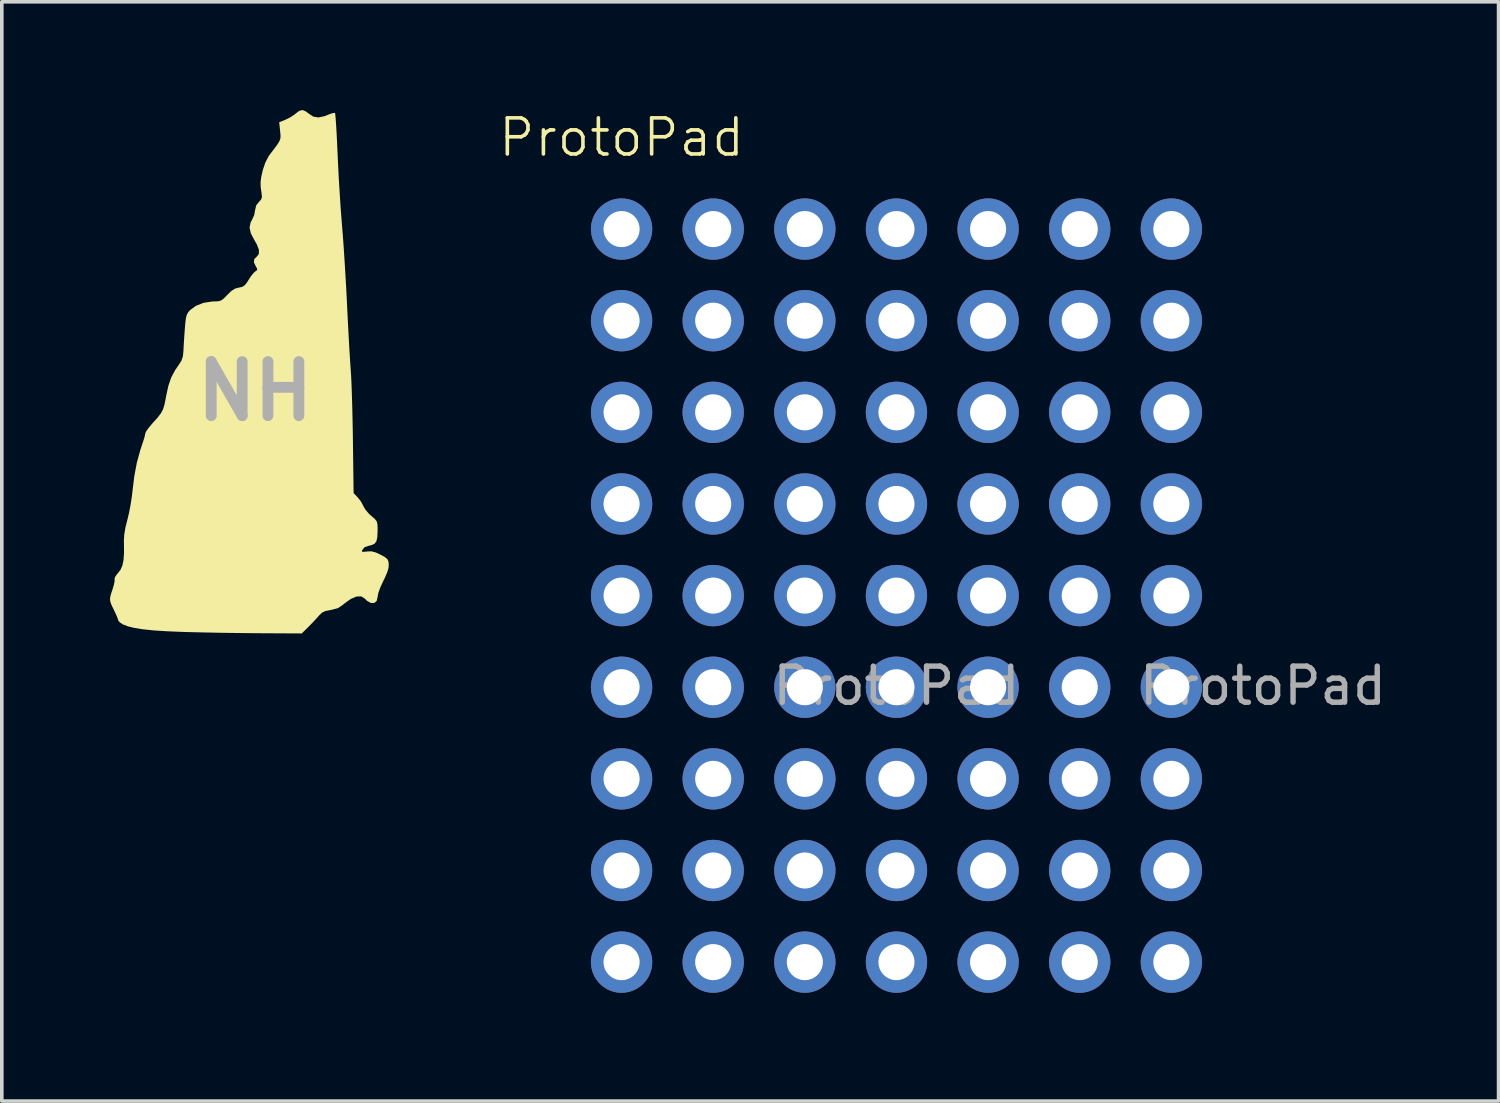
<source format=kicad_pcb>
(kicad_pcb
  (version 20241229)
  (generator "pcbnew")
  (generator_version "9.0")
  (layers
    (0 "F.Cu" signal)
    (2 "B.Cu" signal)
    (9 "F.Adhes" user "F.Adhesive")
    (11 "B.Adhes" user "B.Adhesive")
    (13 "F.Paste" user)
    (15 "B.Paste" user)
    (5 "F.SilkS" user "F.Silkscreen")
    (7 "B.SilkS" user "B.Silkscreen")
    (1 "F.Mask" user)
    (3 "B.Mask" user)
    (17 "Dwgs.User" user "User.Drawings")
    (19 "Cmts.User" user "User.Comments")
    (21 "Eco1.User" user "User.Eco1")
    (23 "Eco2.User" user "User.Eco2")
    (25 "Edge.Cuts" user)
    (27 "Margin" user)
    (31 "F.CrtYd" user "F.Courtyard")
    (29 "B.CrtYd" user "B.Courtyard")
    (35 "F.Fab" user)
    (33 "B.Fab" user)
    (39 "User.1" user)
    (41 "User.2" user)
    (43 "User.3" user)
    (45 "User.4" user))
  (footprint "ProtoPad"
    (layer "F.Cu")
    (at 21.8 13.46)
    (property "Reference" "ProtoPad" (at -7.62 -12.7 0) (unlocked yes) (layer "F.SilkS") (effects (font (size 1 1) (thickness 0.1))))
    (attr through_hole)
    (fp_text user "${REFERENCE}" (at 10.16 2.5 0) (unlocked yes) (layer "F.Fab") (effects (font (size 1 1) (thickness 0.15))))
    (fp_text user "${REFERENCE}" (at 0 2.5 0) (unlocked yes) (layer "F.Fab") (effects (font (size 1 1) (thickness 0.15))))
    (pad "" thru_hole circle (at -7.62 -10.16) (size 1.7 1.7) (drill 1) (layers "*.Cu" "*.Mask"))
    (pad "" thru_hole circle (at -7.62 -7.62) (size 1.7 1.7) (drill 1) (layers "*.Cu" "*.Mask"))
    (pad "" thru_hole circle (at -7.62 -5.08) (size 1.7 1.7) (drill 1) (layers "*.Cu" "*.Mask"))
    (pad "" thru_hole circle (at -7.62 -2.54) (size 1.7 1.7) (drill 1) (layers "*.Cu" "*.Mask"))
    (pad "" thru_hole circle (at -7.62 0) (size 1.7 1.7) (drill 1) (layers "*.Cu" "*.Mask"))
    (pad "" thru_hole circle (at -7.62 2.54) (size 1.7 1.7) (drill 1) (layers "*.Cu" "*.Mask"))
    (pad "" thru_hole circle (at -7.62 5.08) (size 1.7 1.7) (drill 1) (layers "*.Cu" "*.Mask"))
    (pad "" thru_hole circle (at -5.08 -10.16) (size 1.7 1.7) (drill 1) (layers "*.Cu" "*.Mask"))
    (pad "" thru_hole circle (at -5.08 -7.62) (size 1.7 1.7) (drill 1) (layers "*.Cu" "*.Mask"))
    (pad "" thru_hole circle (at -5.08 -5.08) (size 1.7 1.7) (drill 1) (layers "*.Cu" "*.Mask"))
    (pad "" thru_hole circle (at -5.08 -2.54) (size 1.7 1.7) (drill 1) (layers "*.Cu" "*.Mask"))
    (pad "" thru_hole circle (at -5.08 0) (size 1.7 1.7) (drill 1) (layers "*.Cu" "*.Mask"))
    (pad "" thru_hole circle (at -5.08 2.54) (size 1.7 1.7) (drill 1) (layers "*.Cu" "*.Mask"))
    (pad "" thru_hole circle (at -5.08 5.08) (size 1.7 1.7) (drill 1) (layers "*.Cu" "*.Mask"))
    (pad "" thru_hole circle (at -2.54 -10.16) (size 1.7 1.7) (drill 1) (layers "*.Cu" "*.Mask"))
    (pad "" thru_hole circle (at -2.54 -7.62) (size 1.7 1.7) (drill 1) (layers "*.Cu" "*.Mask"))
    (pad "" thru_hole circle (at -2.54 -5.08) (size 1.7 1.7) (drill 1) (layers "*.Cu" "*.Mask"))
    (pad "" thru_hole circle (at -2.54 -2.54) (size 1.7 1.7) (drill 1) (layers "*.Cu" "*.Mask"))
    (pad "" thru_hole circle (at -2.54 0) (size 1.7 1.7) (drill 1) (layers "*.Cu" "*.Mask"))
    (pad "" thru_hole circle (at -2.54 2.54) (size 1.7 1.7) (drill 1) (layers "*.Cu" "*.Mask"))
    (pad "" thru_hole circle (at -2.54 5.08) (size 1.7 1.7) (drill 1) (layers "*.Cu" "*.Mask"))
    (pad "" thru_hole circle (at 0 -10.16) (size 1.7 1.7) (drill 1) (layers "*.Cu" "*.Mask"))
    (pad "" thru_hole circle (at 0 -7.62) (size 1.7 1.7) (drill 1) (layers "*.Cu" "*.Mask"))
    (pad "" thru_hole circle (at 0 -5.08) (size 1.7 1.7) (drill 1) (layers "*.Cu" "*.Mask"))
    (pad "" thru_hole circle (at 0 -2.54) (size 1.7 1.7) (drill 1) (layers "*.Cu" "*.Mask"))
    (pad "" thru_hole circle (at 0 0) (size 1.7 1.7) (drill 1) (layers "*.Cu" "*.Mask"))
    (pad "" thru_hole circle (at 0 2.54) (size 1.7 1.7) (drill 1) (layers "*.Cu" "*.Mask"))
    (pad "" thru_hole circle (at 0 5.08) (size 1.7 1.7) (drill 1) (layers "*.Cu" "*.Mask"))
    (pad "" thru_hole circle (at 2.54 -10.16) (size 1.7 1.7) (drill 1) (layers "*.Cu" "*.Mask"))
    (pad "" thru_hole circle (at 2.54 -7.62) (size 1.7 1.7) (drill 1) (layers "*.Cu" "*.Mask"))
    (pad "" thru_hole circle (at 2.54 -5.08) (size 1.7 1.7) (drill 1) (layers "*.Cu" "*.Mask"))
    (pad "" thru_hole circle (at 2.54 -2.54) (size 1.7 1.7) (drill 1) (layers "*.Cu" "*.Mask"))
    (pad "" thru_hole circle (at 2.54 0) (size 1.7 1.7) (drill 1) (layers "*.Cu" "*.Mask"))
    (pad "" thru_hole circle (at 2.54 2.54) (size 1.7 1.7) (drill 1) (layers "*.Cu" "*.Mask"))
    (pad "" thru_hole circle (at 2.54 5.08) (size 1.7 1.7) (drill 1) (layers "*.Cu" "*.Mask"))
    (pad "" thru_hole circle (at 5.08 -10.16) (size 1.7 1.7) (drill 1) (layers "*.Cu" "*.Mask"))
    (pad "" thru_hole circle (at 5.08 -7.62) (size 1.7 1.7) (drill 1) (layers "*.Cu" "*.Mask"))
    (pad "" thru_hole circle (at 5.08 -5.08) (size 1.7 1.7) (drill 1) (layers "*.Cu" "*.Mask"))
    (pad "" thru_hole circle (at 5.08 -2.54) (size 1.7 1.7) (drill 1) (layers "*.Cu" "*.Mask"))
    (pad "" thru_hole circle (at 5.08 0) (size 1.7 1.7) (drill 1) (layers "*.Cu" "*.Mask"))
    (pad "" thru_hole circle (at 5.08 2.54) (size 1.7 1.7) (drill 1) (layers "*.Cu" "*.Mask"))
    (pad "" thru_hole circle (at 5.08 5.08) (size 1.7 1.7) (drill 1) (layers "*.Cu" "*.Mask"))
    (pad "" thru_hole circle (at 7.62 -10.16) (size 1.7 1.7) (drill 1) (layers "*.Cu" "*.Mask"))
    (pad "" thru_hole circle (at 7.62 -7.62) (size 1.7 1.7) (drill 1) (layers "*.Cu" "*.Mask"))
    (pad "" thru_hole circle (at 7.62 -5.08) (size 1.7 1.7) (drill 1) (layers "*.Cu" "*.Mask"))
    (pad "" thru_hole circle (at 7.62 -2.54) (size 1.7 1.7) (drill 1) (layers "*.Cu" "*.Mask"))
    (pad "" thru_hole circle (at 7.62 0) (size 1.7 1.7) (drill 1) (layers "*.Cu" "*.Mask"))
    (pad "" thru_hole circle (at 7.62 2.54) (size 1.7 1.7) (drill 1) (layers "*.Cu" "*.Mask"))
    (pad "" thru_hole circle (at 7.62 5.08) (size 1.7 1.7) (drill 1) (layers "*.Cu" "*.Mask"))
    (pad "1" thru_hole circle (at -7.62 10.16) (size 1.7 1.7) (drill 1) (layers "*.Cu" "*.Mask"))
    (pad "1" thru_hole circle (at -5.08 10.16) (size 1.7 1.7) (drill 1) (layers "*.Cu" "*.Mask"))
    (pad "1" thru_hole circle (at -2.54 10.16) (size 1.7 1.7) (drill 1) (layers "*.Cu" "*.Mask"))
    (pad "1" thru_hole circle (at 0 10.16) (size 1.7 1.7) (drill 1) (layers "*.Cu" "*.Mask"))
    (pad "1" thru_hole circle (at 2.54 10.16) (size 1.7 1.7) (drill 1) (layers "*.Cu" "*.Mask"))
    (pad "1" thru_hole circle (at 5.08 10.16) (size 1.7 1.7) (drill 1) (layers "*.Cu" "*.Mask"))
    (pad "1" thru_hole circle (at 7.62 10.16) (size 1.7 1.7) (drill 1) (layers "*.Cu" "*.Mask"))
    (pad "2" thru_hole circle (at -7.62 7.62) (size 1.7 1.7) (drill 1) (layers "*.Cu" "*.Mask"))
    (pad "2" thru_hole circle (at -5.08 7.62) (size 1.7 1.7) (drill 1) (layers "*.Cu" "*.Mask"))
    (pad "2" thru_hole circle (at -2.54 7.62) (size 1.7 1.7) (drill 1) (layers "*.Cu" "*.Mask"))
    (pad "2" thru_hole circle (at 0 7.62) (size 1.7 1.7) (drill 1) (layers "*.Cu" "*.Mask"))
    (pad "2" thru_hole circle (at 2.54 7.62) (size 1.7 1.7) (drill 1) (layers "*.Cu" "*.Mask"))
    (pad "2" thru_hole circle (at 5.08 7.62) (size 1.7 1.7) (drill 1) (layers "*.Cu" "*.Mask"))
    (pad "2" thru_hole circle (at 7.62 7.62) (size 1.7 1.7) (drill 1) (layers "*.Cu" "*.Mask")))
  (footprint "NH"
    (layer "F.Cu")
    (at 4.02 7.794)
    (property "Reference" "NH" (at 0 0 0) (layer "F.Fab") (effects (font (size 1.5 1.5) (thickness 0.3))))
    (attr board_only exclude_from_pos_files exclude_from_bom)
    (fp_poly (pts (xy 1.408 -7.756) (xy 1.477 -7.702) (xy 1.612 -7.613) (xy 1.756 -7.588) (xy 1.926 -7.624) (xy 2.02 -7.662) (xy 2.126 -7.701) (xy 2.199 -7.716) (xy 2.217 -7.711) (xy 2.225 -7.666) (xy 2.235 -7.552) (xy 2.247 -7.38) (xy 2.26 -7.16) (xy 2.273 -6.902) (xy 2.286 -6.617) (xy 2.288 -6.577) (xy 2.304 -6.228) (xy 2.324 -5.848) (xy 2.348 -5.462) (xy 2.372 -5.093) (xy 2.397 -4.766) (xy 2.41 -4.602) (xy 2.432 -4.333) (xy 2.456 -4.005) (xy 2.48 -3.636) (xy 2.504 -3.248) (xy 2.526 -2.858) (xy 2.546 -2.487) (xy 2.548 -2.429) (xy 2.565 -2.086) (xy 2.583 -1.741) (xy 2.601 -1.41) (xy 2.618 -1.108) (xy 2.634 -0.849) (xy 2.648 -0.648) (xy 2.652 -0.593) (xy 2.663 -0.424) (xy 2.674 -0.191) (xy 2.684 0.094) (xy 2.694 0.417) (xy 2.702 0.765) (xy 2.709 1.124) (xy 2.713 1.383) (xy 2.732 2.824) (xy 2.846 2.944) (xy 2.933 3.054) (xy 2.997 3.171) (xy 3.004 3.188) (xy 3.06 3.285) (xy 3.155 3.395) (xy 3.223 3.457) (xy 3.316 3.537) (xy 3.369 3.601) (xy 3.391 3.678) (xy 3.397 3.794) (xy 3.397 3.857) (xy 3.39 4.04) (xy 3.364 4.159) (xy 3.31 4.231) (xy 3.219 4.27) (xy 3.166 4.281) (xy 3.035 4.325) (xy 2.969 4.405) (xy 2.963 4.448) (xy 2.997 4.453) (xy 3.083 4.446) (xy 3.111 4.442) (xy 3.224 4.438) (xy 3.343 4.469) (xy 3.476 4.53) (xy 3.598 4.597) (xy 3.665 4.651) (xy 3.695 4.713) (xy 3.706 4.79) (xy 3.701 4.894) (xy 3.665 5.019) (xy 3.593 5.183) (xy 3.558 5.254) (xy 3.474 5.435) (xy 3.418 5.592) (xy 3.397 5.703) (xy 3.397 5.705) (xy 3.371 5.816) (xy 3.302 5.871) (xy 3.206 5.869) (xy 3.099 5.807) (xy 3.043 5.75) (xy 2.945 5.688) (xy 2.813 5.692) (xy 2.654 5.758) (xy 2.476 5.886) (xy 2.429 5.927) (xy 2.301 6.012) (xy 2.13 6.059) (xy 2.094 6.065) (xy 1.95 6.093) (xy 1.854 6.14) (xy 1.778 6.214) (xy 1.697 6.306) (xy 1.585 6.425) (xy 1.487 6.525) (xy 1.295 6.715) (xy 0.124 6.709) (xy -0.238 6.706) (xy -0.632 6.701) (xy -1.036 6.695) (xy -1.425 6.687) (xy -1.777 6.679) (xy -1.995 6.673) (xy -2.434 6.655) (xy -2.8 6.632) (xy -3.1 6.601) (xy -3.341 6.563) (xy -3.528 6.517) (xy -3.667 6.462) (xy -3.671 6.46) (xy -3.753 6.405) (xy -3.793 6.354) (xy -3.793 6.349) (xy -3.811 6.291) (xy -3.855 6.186) (xy -3.912 6.065) (xy -3.98 5.925) (xy -4.015 5.826) (xy -4.02 5.738) (xy -3.997 5.633) (xy -3.949 5.488) (xy -3.911 5.358) (xy -3.892 5.256) (xy -3.894 5.209) (xy -3.885 5.158) (xy -3.832 5.078) (xy -3.801 5.043) (xy -3.728 4.948) (xy -3.677 4.831) (xy -3.646 4.681) (xy -3.632 4.482) (xy -3.634 4.222) (xy -3.636 4.138) (xy -3.626 3.976) (xy -3.591 3.769) (xy -3.542 3.575) (xy -3.494 3.378) (xy -3.449 3.139) (xy -3.412 2.895) (xy -3.397 2.765) (xy -3.346 2.346) (xy -3.276 1.978) (xy -3.181 1.632) (xy -3.136 1.496) (xy -3.089 1.354) (xy -3.055 1.237) (xy -3.042 1.168) (xy -3.042 1.166) (xy -3.016 1.11) (xy -2.949 1.015) (xy -2.853 0.901) (xy -2.828 0.873) (xy -2.697 0.727) (xy -2.609 0.612) (xy -2.551 0.501) (xy -2.511 0.371) (xy -2.475 0.194) (xy -2.465 0.137) (xy -2.404 -0.146) (xy -2.325 -0.377) (xy -2.217 -0.581) (xy -2.128 -0.711) (xy -2.042 -0.843) (xy -2 -0.967) (xy -1.986 -1.106) (xy -1.979 -1.243) (xy -1.968 -1.428) (xy -1.954 -1.631) (xy -1.947 -1.726) (xy -1.931 -1.912) (xy -1.914 -2.038) (xy -1.89 -2.124) (xy -1.854 -2.187) (xy -1.802 -2.247) (xy -1.639 -2.367) (xy -1.425 -2.45) (xy -1.185 -2.487) (xy -1.132 -2.489) (xy -1.018 -2.493) (xy -0.937 -2.517) (xy -0.861 -2.575) (xy -0.77 -2.669) (xy -0.651 -2.784) (xy -0.547 -2.847) (xy -0.45 -2.871) (xy -0.355 -2.892) (xy -0.285 -2.938) (xy -0.216 -3.026) (xy -0.178 -3.089) (xy -0.101 -3.204) (xy -0.027 -3.292) (xy 0.013 -3.325) (xy 0.06 -3.359) (xy 0.055 -3.404) (xy 0.022 -3.458) (xy -0.033 -3.578) (xy -0.019 -3.668) (xy 0.04 -3.722) (xy 0.105 -3.802) (xy 0.107 -3.921) (xy 0.044 -4.081) (xy -0.019 -4.189) (xy -0.118 -4.377) (xy -0.152 -4.535) (xy -0.123 -4.679) (xy -0.079 -4.76) (xy -0.024 -4.882) (xy -0.000267 -5.011) (xy -0.000261 -5.012) (xy 0.032 -5.152) (xy 0.104 -5.242) (xy 0.169 -5.314) (xy 0.191 -5.386) (xy 0.18 -5.496) (xy 0.178 -5.503) (xy 0.156 -5.662) (xy 0.153 -5.797) (xy 0.172 -5.941) (xy 0.214 -6.126) (xy 0.215 -6.131) (xy 0.283 -6.334) (xy 0.374 -6.51) (xy 0.408 -6.559) (xy 0.534 -6.724) (xy 0.62 -6.841) (xy 0.673 -6.927) (xy 0.7 -6.996) (xy 0.707 -7.066) (xy 0.701 -7.152) (xy 0.694 -7.215) (xy 0.67 -7.457) (xy 0.839 -7.524) (xy 0.968 -7.587) (xy 1.082 -7.661) (xy 1.106 -7.68) (xy 1.221 -7.769) (xy 1.314 -7.794)) (stroke (width 0) (type solid)) (fill yes) (layer "F.SilkS")))
  (gr_rect
    (start -3 -3)
    (end 38.49 27.471)
    (stroke (width 0.1) (type default))
    (fill no)
    (layer "Edge.Cuts")))
</source>
